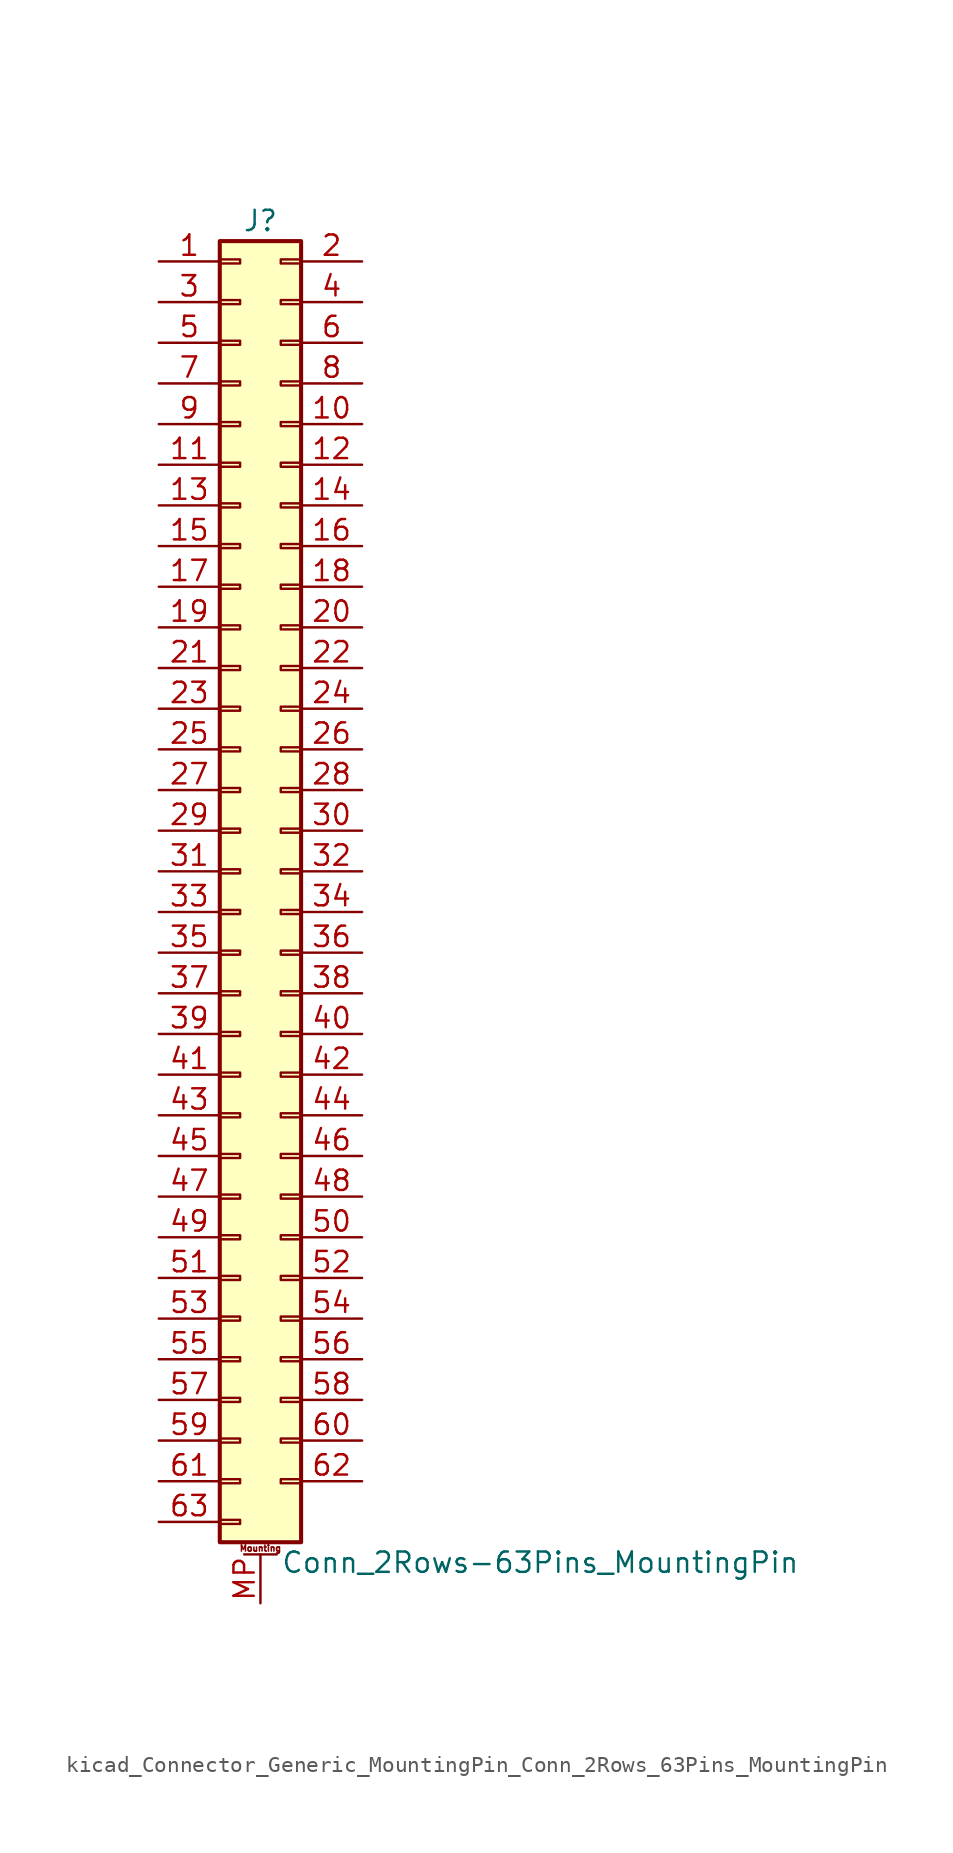
<source format=kicad_sym>
(kicad_symbol_lib
  (version 20220914)
  (generator kicad_symbol_editor)
  (symbol "kicad_Connector_Generic_MountingPin_Conn_2Rows_63Pins_MountingPin"
    (pin_names
      (offset 1.016) hide)
    (property "Reference" "J"
      (at 1.27 40.64 0)
      (effects (font (size 1.27 1.27))))
    (property "Value" "Conn_2Rows-63Pins_MountingPin"
      (at 2.54 -43.18 0)
      (effects (font (size 1.27 1.27)) (justify left)))
    (symbol "kicad_Connector_Generic_MountingPin_Conn_2Rows_63Pins_MountingPin_1_1"
      (rectangle (start -1.27 -40.513) (end 0 -40.767) (stroke (width 0.152) (type default)) (fill (type none)))
      (rectangle (start -1.27 -37.973) (end 0 -38.227) (stroke (width 0.152) (type default)) (fill (type none)))
      (rectangle (start -1.27 -35.433) (end 0 -35.687) (stroke (width 0.152) (type default)) (fill (type none)))
      (rectangle (start -1.27 -32.893) (end 0 -33.147) (stroke (width 0.152) (type default)) (fill (type none)))
      (rectangle (start -1.27 -30.353) (end 0 -30.607) (stroke (width 0.152) (type default)) (fill (type none)))
      (rectangle (start -1.27 -27.813) (end 0 -28.067) (stroke (width 0.152) (type default)) (fill (type none)))
      (rectangle (start -1.27 -25.273) (end 0 -25.527) (stroke (width 0.152) (type default)) (fill (type none)))
      (rectangle (start -1.27 -22.733) (end 0 -22.987) (stroke (width 0.152) (type default)) (fill (type none)))
      (rectangle (start -1.27 -20.193) (end 0 -20.447) (stroke (width 0.152) (type default)) (fill (type none)))
      (rectangle (start -1.27 -17.653) (end 0 -17.907) (stroke (width 0.152) (type default)) (fill (type none)))
      (rectangle (start -1.27 -15.113) (end 0 -15.367) (stroke (width 0.152) (type default)) (fill (type none)))
      (rectangle (start -1.27 -12.573) (end 0 -12.827) (stroke (width 0.152) (type default)) (fill (type none)))
      (rectangle (start -1.27 -10.033) (end 0 -10.287) (stroke (width 0.152) (type default)) (fill (type none)))
      (rectangle (start -1.27 -7.493) (end 0 -7.747) (stroke (width 0.152) (type default)) (fill (type none)))
      (rectangle (start -1.27 -4.953) (end 0 -5.207) (stroke (width 0.152) (type default)) (fill (type none)))
      (rectangle (start -1.27 -2.413) (end 0 -2.667) (stroke (width 0.152) (type default)) (fill (type none)))
      (rectangle (start -1.27 0.127) (end 0 -0.127) (stroke (width 0.152) (type default)) (fill (type none)))
      (rectangle (start -1.27 2.667) (end 0 2.413) (stroke (width 0.152) (type default)) (fill (type none)))
      (rectangle (start -1.27 5.207) (end 0 4.953) (stroke (width 0.152) (type default)) (fill (type none)))
      (rectangle (start -1.27 7.747) (end 0 7.493) (stroke (width 0.152) (type default)) (fill (type none)))
      (rectangle (start -1.27 10.287) (end 0 10.033) (stroke (width 0.152) (type default)) (fill (type none)))
      (rectangle (start -1.27 12.827) (end 0 12.573) (stroke (width 0.152) (type default)) (fill (type none)))
      (rectangle (start -1.27 15.367) (end 0 15.113) (stroke (width 0.152) (type default)) (fill (type none)))
      (rectangle (start -1.27 17.907) (end 0 17.653) (stroke (width 0.152) (type default)) (fill (type none)))
      (rectangle (start -1.27 20.447) (end 0 20.193) (stroke (width 0.152) (type default)) (fill (type none)))
      (rectangle (start -1.27 22.987) (end 0 22.733) (stroke (width 0.152) (type default)) (fill (type none)))
      (rectangle (start -1.27 25.527) (end 0 25.273) (stroke (width 0.152) (type default)) (fill (type none)))
      (rectangle (start -1.27 28.067) (end 0 27.813) (stroke (width 0.152) (type default)) (fill (type none)))
      (rectangle (start -1.27 30.607) (end 0 30.353) (stroke (width 0.152) (type default)) (fill (type none)))
      (rectangle (start -1.27 33.147) (end 0 32.893) (stroke (width 0.152) (type default)) (fill (type none)))
      (rectangle (start -1.27 35.687) (end 0 35.433) (stroke (width 0.152) (type default)) (fill (type none)))
      (rectangle (start -1.27 38.227) (end 0 37.973) (stroke (width 0.152) (type default)) (fill (type none)))
      (rectangle (start -1.27 39.37) (end 3.81 -41.91) (stroke (width 0.254) (type default)) (fill (type background)))
      (polyline (pts (xy 0.254 -42.672) (xy 2.286 -42.672)) (stroke (width 0.152) (type default)) (fill (type none)))
      (rectangle (start 3.81 -37.973) (end 2.54 -38.227) (stroke (width 0.152) (type default)) (fill (type none)))
      (rectangle (start 3.81 -35.433) (end 2.54 -35.687) (stroke (width 0.152) (type default)) (fill (type none)))
      (rectangle (start 3.81 -32.893) (end 2.54 -33.147) (stroke (width 0.152) (type default)) (fill (type none)))
      (rectangle (start 3.81 -30.353) (end 2.54 -30.607) (stroke (width 0.152) (type default)) (fill (type none)))
      (rectangle (start 3.81 -27.813) (end 2.54 -28.067) (stroke (width 0.152) (type default)) (fill (type none)))
      (rectangle (start 3.81 -25.273) (end 2.54 -25.527) (stroke (width 0.152) (type default)) (fill (type none)))
      (rectangle (start 3.81 -22.733) (end 2.54 -22.987) (stroke (width 0.152) (type default)) (fill (type none)))
      (rectangle (start 3.81 -20.193) (end 2.54 -20.447) (stroke (width 0.152) (type default)) (fill (type none)))
      (rectangle (start 3.81 -17.653) (end 2.54 -17.907) (stroke (width 0.152) (type default)) (fill (type none)))
      (rectangle (start 3.81 -15.113) (end 2.54 -15.367) (stroke (width 0.152) (type default)) (fill (type none)))
      (rectangle (start 3.81 -12.573) (end 2.54 -12.827) (stroke (width 0.152) (type default)) (fill (type none)))
      (rectangle (start 3.81 -10.033) (end 2.54 -10.287) (stroke (width 0.152) (type default)) (fill (type none)))
      (rectangle (start 3.81 -7.493) (end 2.54 -7.747) (stroke (width 0.152) (type default)) (fill (type none)))
      (rectangle (start 3.81 -4.953) (end 2.54 -5.207) (stroke (width 0.152) (type default)) (fill (type none)))
      (rectangle (start 3.81 -2.413) (end 2.54 -2.667) (stroke (width 0.152) (type default)) (fill (type none)))
      (rectangle (start 3.81 0.127) (end 2.54 -0.127) (stroke (width 0.152) (type default)) (fill (type none)))
      (rectangle (start 3.81 2.667) (end 2.54 2.413) (stroke (width 0.152) (type default)) (fill (type none)))
      (rectangle (start 3.81 5.207) (end 2.54 4.953) (stroke (width 0.152) (type default)) (fill (type none)))
      (rectangle (start 3.81 7.747) (end 2.54 7.493) (stroke (width 0.152) (type default)) (fill (type none)))
      (rectangle (start 3.81 10.287) (end 2.54 10.033) (stroke (width 0.152) (type default)) (fill (type none)))
      (rectangle (start 3.81 12.827) (end 2.54 12.573) (stroke (width 0.152) (type default)) (fill (type none)))
      (rectangle (start 3.81 15.367) (end 2.54 15.113) (stroke (width 0.152) (type default)) (fill (type none)))
      (rectangle (start 3.81 17.907) (end 2.54 17.653) (stroke (width 0.152) (type default)) (fill (type none)))
      (rectangle (start 3.81 20.447) (end 2.54 20.193) (stroke (width 0.152) (type default)) (fill (type none)))
      (rectangle (start 3.81 22.987) (end 2.54 22.733) (stroke (width 0.152) (type default)) (fill (type none)))
      (rectangle (start 3.81 25.527) (end 2.54 25.273) (stroke (width 0.152) (type default)) (fill (type none)))
      (rectangle (start 3.81 28.067) (end 2.54 27.813) (stroke (width 0.152) (type default)) (fill (type none)))
      (rectangle (start 3.81 30.607) (end 2.54 30.353) (stroke (width 0.152) (type default)) (fill (type none)))
      (rectangle (start 3.81 33.147) (end 2.54 32.893) (stroke (width 0.152) (type default)) (fill (type none)))
      (rectangle (start 3.81 35.687) (end 2.54 35.433) (stroke (width 0.152) (type default)) (fill (type none)))
      (rectangle (start 3.81 38.227) (end 2.54 37.973) (stroke (width 0.152) (type default)) (fill (type none)))
      (text "Mounting" (at 1.27 -42.291 0) (effects (font (size 0.381 0.381))))
      (pin passive line (at -5.08 38.1 0) (length 3.81) (name "Pin_1" (effects (font (size 1.27 1.27)))) (number "1" (effects (font (size 1.27 1.27)))))
      (pin passive line (at 7.62 27.94 180) (length 3.81) (name "Pin_10" (effects (font (size 1.27 1.27)))) (number "10" (effects (font (size 1.27 1.27)))))
      (pin passive line (at -5.08 25.4 0) (length 3.81) (name "Pin_11" (effects (font (size 1.27 1.27)))) (number "11" (effects (font (size 1.27 1.27)))))
      (pin passive line (at 7.62 25.4 180) (length 3.81) (name "Pin_12" (effects (font (size 1.27 1.27)))) (number "12" (effects (font (size 1.27 1.27)))))
      (pin passive line (at -5.08 22.86 0) (length 3.81) (name "Pin_13" (effects (font (size 1.27 1.27)))) (number "13" (effects (font (size 1.27 1.27)))))
      (pin passive line (at 7.62 22.86 180) (length 3.81) (name "Pin_14" (effects (font (size 1.27 1.27)))) (number "14" (effects (font (size 1.27 1.27)))))
      (pin passive line (at -5.08 20.32 0) (length 3.81) (name "Pin_15" (effects (font (size 1.27 1.27)))) (number "15" (effects (font (size 1.27 1.27)))))
      (pin passive line (at 7.62 20.32 180) (length 3.81) (name "Pin_16" (effects (font (size 1.27 1.27)))) (number "16" (effects (font (size 1.27 1.27)))))
      (pin passive line (at -5.08 17.78 0) (length 3.81) (name "Pin_17" (effects (font (size 1.27 1.27)))) (number "17" (effects (font (size 1.27 1.27)))))
      (pin passive line (at 7.62 17.78 180) (length 3.81) (name "Pin_18" (effects (font (size 1.27 1.27)))) (number "18" (effects (font (size 1.27 1.27)))))
      (pin passive line (at -5.08 15.24 0) (length 3.81) (name "Pin_19" (effects (font (size 1.27 1.27)))) (number "19" (effects (font (size 1.27 1.27)))))
      (pin passive line (at 7.62 38.1 180) (length 3.81) (name "Pin_2" (effects (font (size 1.27 1.27)))) (number "2" (effects (font (size 1.27 1.27)))))
      (pin passive line (at 7.62 15.24 180) (length 3.81) (name "Pin_20" (effects (font (size 1.27 1.27)))) (number "20" (effects (font (size 1.27 1.27)))))
      (pin passive line (at -5.08 12.7 0) (length 3.81) (name "Pin_21" (effects (font (size 1.27 1.27)))) (number "21" (effects (font (size 1.27 1.27)))))
      (pin passive line (at 7.62 12.7 180) (length 3.81) (name "Pin_22" (effects (font (size 1.27 1.27)))) (number "22" (effects (font (size 1.27 1.27)))))
      (pin passive line (at -5.08 10.16 0) (length 3.81) (name "Pin_23" (effects (font (size 1.27 1.27)))) (number "23" (effects (font (size 1.27 1.27)))))
      (pin passive line (at 7.62 10.16 180) (length 3.81) (name "Pin_24" (effects (font (size 1.27 1.27)))) (number "24" (effects (font (size 1.27 1.27)))))
      (pin passive line (at -5.08 7.62 0) (length 3.81) (name "Pin_25" (effects (font (size 1.27 1.27)))) (number "25" (effects (font (size 1.27 1.27)))))
      (pin passive line (at 7.62 7.62 180) (length 3.81) (name "Pin_26" (effects (font (size 1.27 1.27)))) (number "26" (effects (font (size 1.27 1.27)))))
      (pin passive line (at -5.08 5.08 0) (length 3.81) (name "Pin_27" (effects (font (size 1.27 1.27)))) (number "27" (effects (font (size 1.27 1.27)))))
      (pin passive line (at 7.62 5.08 180) (length 3.81) (name "Pin_28" (effects (font (size 1.27 1.27)))) (number "28" (effects (font (size 1.27 1.27)))))
      (pin passive line (at -5.08 2.54 0) (length 3.81) (name "Pin_29" (effects (font (size 1.27 1.27)))) (number "29" (effects (font (size 1.27 1.27)))))
      (pin passive line (at -5.08 35.56 0) (length 3.81) (name "Pin_3" (effects (font (size 1.27 1.27)))) (number "3" (effects (font (size 1.27 1.27)))))
      (pin passive line (at 7.62 2.54 180) (length 3.81) (name "Pin_30" (effects (font (size 1.27 1.27)))) (number "30" (effects (font (size 1.27 1.27)))))
      (pin passive line (at -5.08 0 0) (length 3.81) (name "Pin_31" (effects (font (size 1.27 1.27)))) (number "31" (effects (font (size 1.27 1.27)))))
      (pin passive line (at 7.62 0 180) (length 3.81) (name "Pin_32" (effects (font (size 1.27 1.27)))) (number "32" (effects (font (size 1.27 1.27)))))
      (pin passive line (at -5.08 -2.54 0) (length 3.81) (name "Pin_33" (effects (font (size 1.27 1.27)))) (number "33" (effects (font (size 1.27 1.27)))))
      (pin passive line (at 7.62 -2.54 180) (length 3.81) (name "Pin_34" (effects (font (size 1.27 1.27)))) (number "34" (effects (font (size 1.27 1.27)))))
      (pin passive line (at -5.08 -5.08 0) (length 3.81) (name "Pin_35" (effects (font (size 1.27 1.27)))) (number "35" (effects (font (size 1.27 1.27)))))
      (pin passive line (at 7.62 -5.08 180) (length 3.81) (name "Pin_36" (effects (font (size 1.27 1.27)))) (number "36" (effects (font (size 1.27 1.27)))))
      (pin passive line (at -5.08 -7.62 0) (length 3.81) (name "Pin_37" (effects (font (size 1.27 1.27)))) (number "37" (effects (font (size 1.27 1.27)))))
      (pin passive line (at 7.62 -7.62 180) (length 3.81) (name "Pin_38" (effects (font (size 1.27 1.27)))) (number "38" (effects (font (size 1.27 1.27)))))
      (pin passive line (at -5.08 -10.16 0) (length 3.81) (name "Pin_39" (effects (font (size 1.27 1.27)))) (number "39" (effects (font (size 1.27 1.27)))))
      (pin passive line (at 7.62 35.56 180) (length 3.81) (name "Pin_4" (effects (font (size 1.27 1.27)))) (number "4" (effects (font (size 1.27 1.27)))))
      (pin passive line (at 7.62 -10.16 180) (length 3.81) (name "Pin_40" (effects (font (size 1.27 1.27)))) (number "40" (effects (font (size 1.27 1.27)))))
      (pin passive line (at -5.08 -12.7 0) (length 3.81) (name "Pin_41" (effects (font (size 1.27 1.27)))) (number "41" (effects (font (size 1.27 1.27)))))
      (pin passive line (at 7.62 -12.7 180) (length 3.81) (name "Pin_42" (effects (font (size 1.27 1.27)))) (number "42" (effects (font (size 1.27 1.27)))))
      (pin passive line (at -5.08 -15.24 0) (length 3.81) (name "Pin_43" (effects (font (size 1.27 1.27)))) (number "43" (effects (font (size 1.27 1.27)))))
      (pin passive line (at 7.62 -15.24 180) (length 3.81) (name "Pin_44" (effects (font (size 1.27 1.27)))) (number "44" (effects (font (size 1.27 1.27)))))
      (pin passive line (at -5.08 -17.78 0) (length 3.81) (name "Pin_45" (effects (font (size 1.27 1.27)))) (number "45" (effects (font (size 1.27 1.27)))))
      (pin passive line (at 7.62 -17.78 180) (length 3.81) (name "Pin_46" (effects (font (size 1.27 1.27)))) (number "46" (effects (font (size 1.27 1.27)))))
      (pin passive line (at -5.08 -20.32 0) (length 3.81) (name "Pin_47" (effects (font (size 1.27 1.27)))) (number "47" (effects (font (size 1.27 1.27)))))
      (pin passive line (at 7.62 -20.32 180) (length 3.81) (name "Pin_48" (effects (font (size 1.27 1.27)))) (number "48" (effects (font (size 1.27 1.27)))))
      (pin passive line (at -5.08 -22.86 0) (length 3.81) (name "Pin_49" (effects (font (size 1.27 1.27)))) (number "49" (effects (font (size 1.27 1.27)))))
      (pin passive line (at -5.08 33.02 0) (length 3.81) (name "Pin_5" (effects (font (size 1.27 1.27)))) (number "5" (effects (font (size 1.27 1.27)))))
      (pin passive line (at 7.62 -22.86 180) (length 3.81) (name "Pin_50" (effects (font (size 1.27 1.27)))) (number "50" (effects (font (size 1.27 1.27)))))
      (pin passive line (at -5.08 -25.4 0) (length 3.81) (name "Pin_51" (effects (font (size 1.27 1.27)))) (number "51" (effects (font (size 1.27 1.27)))))
      (pin passive line (at 7.62 -25.4 180) (length 3.81) (name "Pin_52" (effects (font (size 1.27 1.27)))) (number "52" (effects (font (size 1.27 1.27)))))
      (pin passive line (at -5.08 -27.94 0) (length 3.81) (name "Pin_53" (effects (font (size 1.27 1.27)))) (number "53" (effects (font (size 1.27 1.27)))))
      (pin passive line (at 7.62 -27.94 180) (length 3.81) (name "Pin_54" (effects (font (size 1.27 1.27)))) (number "54" (effects (font (size 1.27 1.27)))))
      (pin passive line (at -5.08 -30.48 0) (length 3.81) (name "Pin_55" (effects (font (size 1.27 1.27)))) (number "55" (effects (font (size 1.27 1.27)))))
      (pin passive line (at 7.62 -30.48 180) (length 3.81) (name "Pin_56" (effects (font (size 1.27 1.27)))) (number "56" (effects (font (size 1.27 1.27)))))
      (pin passive line (at -5.08 -33.02 0) (length 3.81) (name "Pin_57" (effects (font (size 1.27 1.27)))) (number "57" (effects (font (size 1.27 1.27)))))
      (pin passive line (at 7.62 -33.02 180) (length 3.81) (name "Pin_58" (effects (font (size 1.27 1.27)))) (number "58" (effects (font (size 1.27 1.27)))))
      (pin passive line (at -5.08 -35.56 0) (length 3.81) (name "Pin_59" (effects (font (size 1.27 1.27)))) (number "59" (effects (font (size 1.27 1.27)))))
      (pin passive line (at 7.62 33.02 180) (length 3.81) (name "Pin_6" (effects (font (size 1.27 1.27)))) (number "6" (effects (font (size 1.27 1.27)))))
      (pin passive line (at 7.62 -35.56 180) (length 3.81) (name "Pin_60" (effects (font (size 1.27 1.27)))) (number "60" (effects (font (size 1.27 1.27)))))
      (pin passive line (at -5.08 -38.1 0) (length 3.81) (name "Pin_61" (effects (font (size 1.27 1.27)))) (number "61" (effects (font (size 1.27 1.27)))))
      (pin passive line (at 7.62 -38.1 180) (length 3.81) (name "Pin_62" (effects (font (size 1.27 1.27)))) (number "62" (effects (font (size 1.27 1.27)))))
      (pin passive line (at -5.08 -40.64 0) (length 3.81) (name "Pin_63" (effects (font (size 1.27 1.27)))) (number "63" (effects (font (size 1.27 1.27)))))
      (pin passive line (at -5.08 30.48 0) (length 3.81) (name "Pin_7" (effects (font (size 1.27 1.27)))) (number "7" (effects (font (size 1.27 1.27)))))
      (pin passive line (at 7.62 30.48 180) (length 3.81) (name "Pin_8" (effects (font (size 1.27 1.27)))) (number "8" (effects (font (size 1.27 1.27)))))
      (pin passive line (at -5.08 27.94 0) (length 3.81) (name "Pin_9" (effects (font (size 1.27 1.27)))) (number "9" (effects (font (size 1.27 1.27)))))
      (pin passive line (at 1.27 -45.72 90) (length 3.048) (name "MountPin" (effects (font (size 1.27 1.27)))) (number "MP" (effects (font (size 1.27 1.27))))))))
</source>
